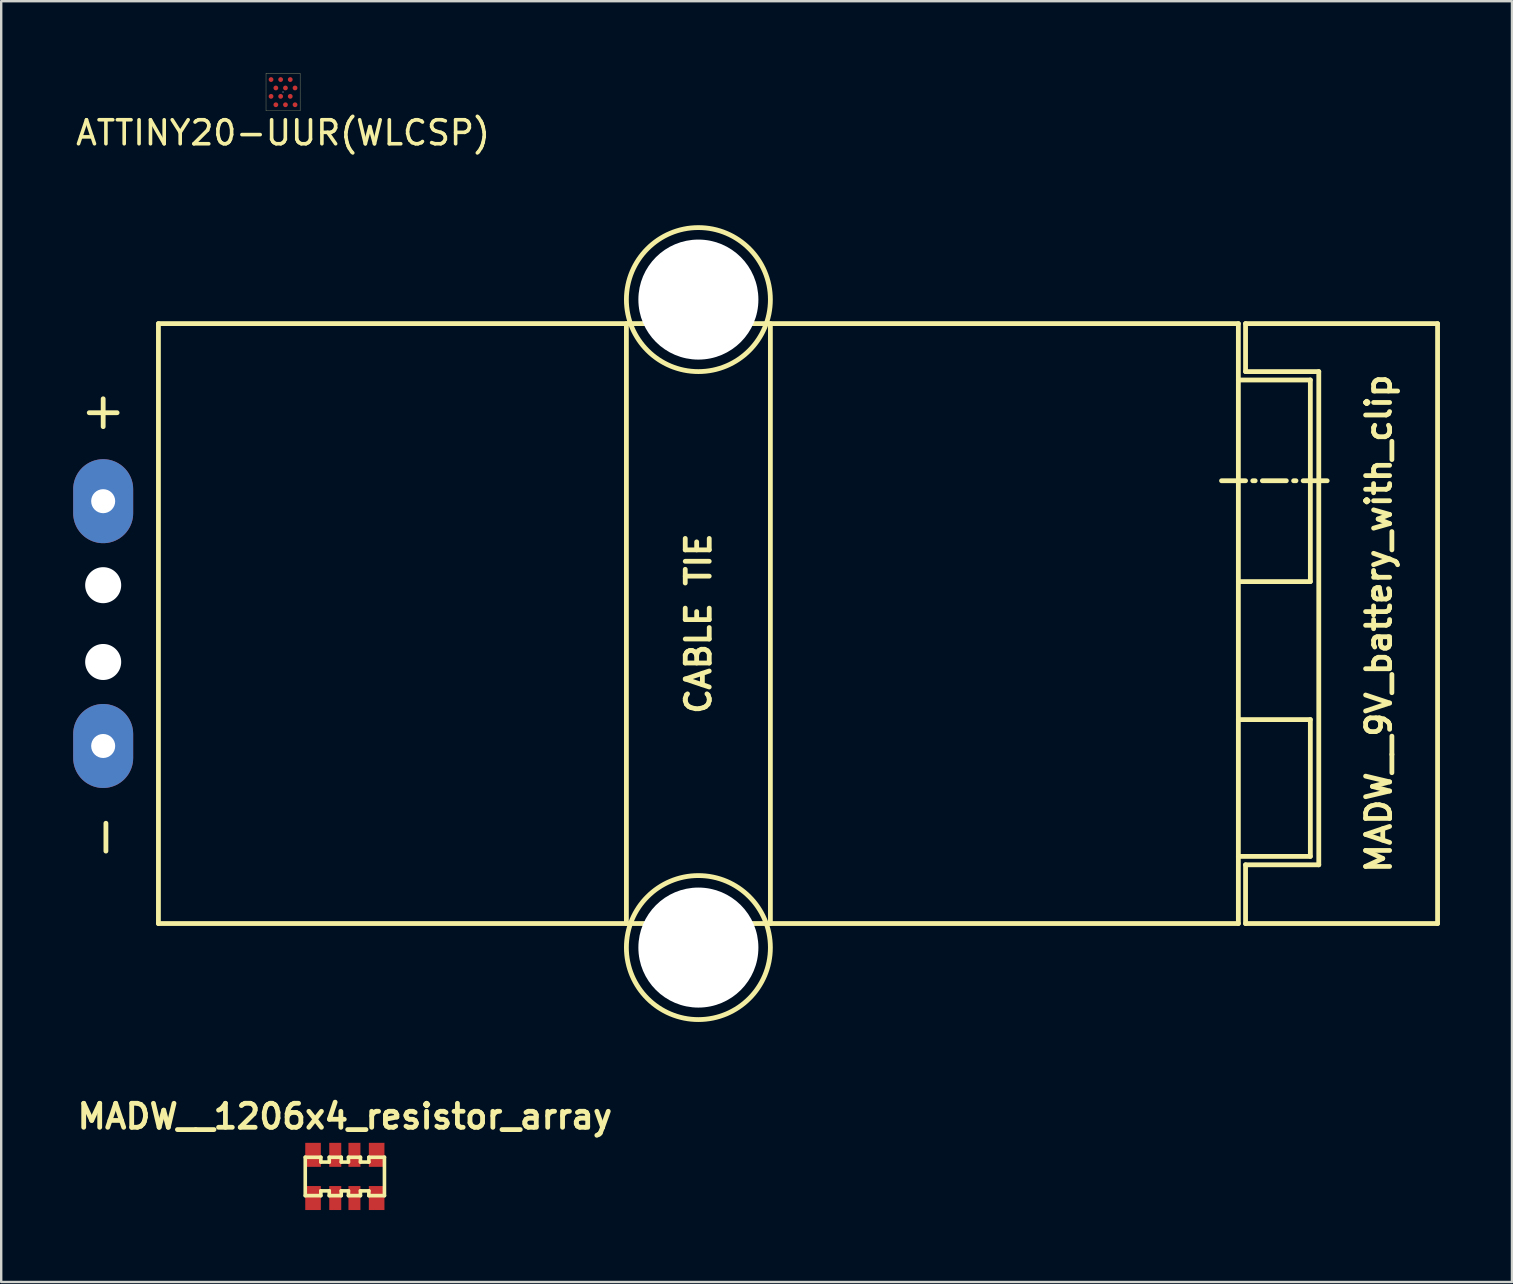
<source format=kicad_pcb>
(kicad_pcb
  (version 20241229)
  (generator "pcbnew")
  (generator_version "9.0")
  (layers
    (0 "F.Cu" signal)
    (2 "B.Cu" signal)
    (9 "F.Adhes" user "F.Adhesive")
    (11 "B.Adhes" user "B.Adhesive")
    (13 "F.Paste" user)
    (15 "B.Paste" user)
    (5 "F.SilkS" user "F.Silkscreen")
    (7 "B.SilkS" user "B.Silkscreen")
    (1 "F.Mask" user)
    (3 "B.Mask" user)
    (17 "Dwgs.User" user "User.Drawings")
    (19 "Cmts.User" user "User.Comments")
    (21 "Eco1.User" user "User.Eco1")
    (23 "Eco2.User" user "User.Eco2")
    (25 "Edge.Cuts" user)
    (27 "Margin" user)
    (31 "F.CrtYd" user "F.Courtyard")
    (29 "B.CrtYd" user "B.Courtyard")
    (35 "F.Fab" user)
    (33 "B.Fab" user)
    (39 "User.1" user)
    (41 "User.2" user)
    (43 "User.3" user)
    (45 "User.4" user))
  (footprint "MADW__9V_battery_with_clip"
    (layer "F.Cu")
    (at 26.05 22.933)
    (property "Reference" "MADW__9V_battery_with_clip" (at 28.349 0 90) (layer "F.SilkS") (effects (font (size 1 1) (thickness 0.2))))
    (attr through_hole)
    (fp_line (start -22.499 -12.499) (end 22.499 -12.499) (stroke (width 0.2) (type solid)) (layer "F.SilkS"))
    (fp_line (start -22.499 12.499) (end -22.499 -12.499) (stroke (width 0.2) (type solid)) (layer "F.SilkS"))
    (fp_line (start -3 -12.499) (end -3 12.499) (stroke (width 0.2) (type solid)) (layer "F.SilkS"))
    (fp_line (start 3 -12.499) (end 3 12.499) (stroke (width 0.2) (type solid)) (layer "F.SilkS"))
    (fp_line (start 21.798 -5.951) (end 22.799 -5.951) (stroke (width 0.2) (type solid)) (layer "F.SilkS"))
    (fp_line (start 22.499 -12.499) (end 22.499 12.499) (stroke (width 0.2) (type solid)) (layer "F.SilkS"))
    (fp_line (start 22.499 -10.15) (end 25.499 -10.15) (stroke (width 0.2) (type solid)) (layer "F.SilkS"))
    (fp_line (start 22.499 4) (end 25.499 4) (stroke (width 0.2) (type solid)) (layer "F.SilkS"))
    (fp_line (start 22.499 12.499) (end -22.499 12.499) (stroke (width 0.2) (type solid)) (layer "F.SilkS"))
    (fp_line (start 22.799 -12.499) (end 22.799 -10.5) (stroke (width 0.2) (type solid)) (layer "F.SilkS"))
    (fp_line (start 22.799 -12.499) (end 30.8 -12.499) (stroke (width 0.2) (type solid)) (layer "F.SilkS"))
    (fp_line (start 22.799 -10.5) (end 25.85 -10.5) (stroke (width 0.2) (type solid)) (layer "F.SilkS"))
    (fp_line (start 22.799 10.051) (end 22.799 12.499) (stroke (width 0.2) (type solid)) (layer "F.SilkS"))
    (fp_line (start 23.099 -5.951) (end 23.2 -5.951) (stroke (width 0.2) (type solid)) (layer "F.SilkS"))
    (fp_line (start 23.5 -5.951) (end 24.498 -5.951) (stroke (width 0.2) (type solid)) (layer "F.SilkS"))
    (fp_line (start 24.801 -5.951) (end 24.9 -5.951) (stroke (width 0.2) (type solid)) (layer "F.SilkS"))
    (fp_line (start 25.199 -5.951) (end 26.2 -5.951) (stroke (width 0.2) (type solid)) (layer "F.SilkS"))
    (fp_line (start 25.499 -10.15) (end 25.499 -1.75) (stroke (width 0.2) (type solid)) (layer "F.SilkS"))
    (fp_line (start 25.499 -1.75) (end 22.499 -1.75) (stroke (width 0.2) (type solid)) (layer "F.SilkS"))
    (fp_line (start 25.499 4) (end 25.499 9.7) (stroke (width 0.2) (type solid)) (layer "F.SilkS"))
    (fp_line (start 25.499 9.7) (end 22.499 9.7) (stroke (width 0.2) (type solid)) (layer "F.SilkS"))
    (fp_line (start 25.85 10.051) (end 22.799 10.051) (stroke (width 0.2) (type solid)) (layer "F.SilkS"))
    (fp_line (start 25.85 10.051) (end 25.85 -10.5) (stroke (width 0.2) (type solid)) (layer "F.SilkS"))
    (fp_line (start 30.8 -12.499) (end 30.8 12.499) (stroke (width 0.2) (type solid)) (layer "F.SilkS"))
    (fp_line (start 30.8 12.499) (end 22.799 12.499) (stroke (width 0.2) (type solid)) (layer "F.SilkS"))
    (fp_circle (center 0 -13.5) (end 3 -13.5) (stroke (width 0.2) (type solid)) (fill no) (layer "F.SilkS"))
    (fp_circle (center 0 13.5) (end 3 13.5) (stroke (width 0.2) (type solid)) (fill no) (layer "F.SilkS"))
    (fp_text user "CABLE TIE" (at 0 0 90) (layer "F.SilkS") (effects (font (size 1 1) (thickness 0.2))))
    (fp_text user "+" (at -24.801 -8.9 0) (layer "F.SilkS") (effects (font (size 1.524 1.524) (thickness 0.2))))
    (fp_text user "-" (at -24.801 8.9 90) (layer "F.SilkS") (effects (font (size 1.524 1.524) (thickness 0.2))))
    (pad "" np_thru_hole circle (at -24.801 -1.6) (size 1.501 1.501) (drill 1.501) (layers "*.Cu" "*.Mask"))
    (pad "" np_thru_hole circle (at -24.801 1.6) (size 1.501 1.501) (drill 1.501) (layers "*.Cu" "*.Mask"))
    (pad "" np_thru_hole circle (at 0 -13.5) (size 5.001 5.001) (drill 5.001) (layers "*.Cu" "*.Mask"))
    (pad "" np_thru_hole circle (at 0 13.5) (size 5.001 5.001) (drill 5.001) (layers "*.Cu" "*.Mask"))
    (pad "1" thru_hole oval (at -24.801 -5.1) (size 2.499 3.5) (drill 1.001) (layers "*.Cu" "*.Mask"))
    (pad "2" thru_hole oval (at -24.801 5.1) (size 2.499 3.5) (drill 1.001) (layers "*.Cu" "*.Mask")))
  (footprint "ATTINY20-UUR(WLCSP)"
    (layer "F.Cu")
    (at 8.744 0.785)
    (property "Reference" "ATTINY20-UUR(WLCSP)" (at 0 1.7 0) (layer "F.SilkS") (effects (font (size 1 1) (thickness 0.15))))
    (attr through_hole)
    (fp_line (start -0.71 -0.78) (end 0.71 -0.78) (stroke (width 0.01) (type solid)) (layer "F.SilkS"))
    (fp_line (start -0.71 0.78) (end -0.71 -0.78) (stroke (width 0.01) (type solid)) (layer "F.SilkS"))
    (fp_line (start -0.71 0.78) (end 0.71 0.78) (stroke (width 0.01) (type solid)) (layer "F.SilkS"))
    (fp_line (start 0.71 0.78) (end 0.71 -0.78) (stroke (width 0.01) (type solid)) (layer "F.SilkS"))
    (fp_circle (center 0 0) (end 0.02 0.02) (stroke (width 0.01) (type solid)) (fill no) (layer "Dwgs.User"))
    (pad "A1" smd circle (at -0.5 -0.52) (size 0.2 0.2) (layers "F.Cu" "F.Mask" "F.Paste"))
    (pad "A3" smd circle (at -0.1 -0.52) (size 0.2 0.2) (layers "F.Cu" "F.Mask" "F.Paste"))
    (pad "A5" smd circle (at 0.3 -0.52) (size 0.2 0.2) (layers "F.Cu" "F.Mask" "F.Paste"))
    (pad "B2" smd circle (at -0.3 -0.17) (size 0.2 0.2) (layers "F.Cu" "F.Mask" "F.Paste"))
    (pad "B4" smd circle (at 0.1 -0.17) (size 0.2 0.2) (layers "F.Cu" "F.Mask" "F.Paste"))
    (pad "B6" smd circle (at 0.5 -0.17) (size 0.2 0.2) (layers "F.Cu" "F.Mask" "F.Paste"))
    (pad "C1" smd circle (at -0.5 0.18) (size 0.2 0.2) (layers "F.Cu" "F.Mask" "F.Paste"))
    (pad "C3" smd circle (at -0.1 0.18) (size 0.2 0.2) (layers "F.Cu" "F.Mask" "F.Paste"))
    (pad "C5" smd circle (at 0.3 0.18) (size 0.2 0.2) (layers "F.Cu" "F.Mask" "F.Paste"))
    (pad "D2" smd circle (at -0.3 0.53) (size 0.2 0.2) (layers "F.Cu" "F.Mask" "F.Paste"))
    (pad "D4" smd circle (at 0.1 0.53) (size 0.2 0.2) (layers "F.Cu" "F.Mask" "F.Paste"))
    (pad "D6" smd circle (at 0.5 0.53) (size 0.2 0.2) (layers "F.Cu" "F.Mask" "F.Paste")))
  (footprint "MADW__1206x4_resistor_array"
    (layer "F.Cu")
    (at 11.319 45.969)
    (property "Reference" "MADW__1206x4_resistor_array" (at 0 -2.5 0) (layer "F.SilkS") (effects (font (size 1 1) (thickness 0.2))))
    (attr through_hole)
    (fp_line (start -1.65 -0.8) (end -1 -0.8) (stroke (width 0.15) (type solid)) (layer "F.SilkS"))
    (fp_line (start -1.65 0.8) (end -1.65 -0.8) (stroke (width 0.15) (type solid)) (layer "F.SilkS"))
    (fp_line (start -1.65 0.8) (end -1 0.8) (stroke (width 0.15) (type solid)) (layer "F.SilkS"))
    (fp_line (start -1 -0.8) (end -1 -0.6) (stroke (width 0.15) (type solid)) (layer "F.SilkS"))
    (fp_line (start -1 -0.6) (end -0.65 -0.6) (stroke (width 0.15) (type solid)) (layer "F.SilkS"))
    (fp_line (start -1 0.6) (end -0.65 0.6) (stroke (width 0.15) (type solid)) (layer "F.SilkS"))
    (fp_line (start -1 0.8) (end -1 0.6) (stroke (width 0.15) (type solid)) (layer "F.SilkS"))
    (fp_line (start -0.65 -0.8) (end -0.15 -0.8) (stroke (width 0.15) (type solid)) (layer "F.SilkS"))
    (fp_line (start -0.65 -0.6) (end -0.65 -0.8) (stroke (width 0.15) (type solid)) (layer "F.SilkS"))
    (fp_line (start -0.65 0.6) (end -0.65 0.8) (stroke (width 0.15) (type solid)) (layer "F.SilkS"))
    (fp_line (start -0.65 0.8) (end -0.15 0.8) (stroke (width 0.15) (type solid)) (layer "F.SilkS"))
    (fp_line (start -0.15 -0.8) (end -0.15 -0.6) (stroke (width 0.15) (type solid)) (layer "F.SilkS"))
    (fp_line (start -0.15 -0.6) (end 0.15 -0.6) (stroke (width 0.15) (type solid)) (layer "F.SilkS"))
    (fp_line (start -0.15 0.6) (end 0.15 0.6) (stroke (width 0.15) (type solid)) (layer "F.SilkS"))
    (fp_line (start -0.15 0.8) (end -0.15 0.6) (stroke (width 0.15) (type solid)) (layer "F.SilkS"))
    (fp_line (start 0.15 -0.8) (end 0.65 -0.8) (stroke (width 0.15) (type solid)) (layer "F.SilkS"))
    (fp_line (start 0.15 -0.6) (end 0.15 -0.8) (stroke (width 0.15) (type solid)) (layer "F.SilkS"))
    (fp_line (start 0.15 0.6) (end 0.15 0.8) (stroke (width 0.15) (type solid)) (layer "F.SilkS"))
    (fp_line (start 0.15 0.8) (end 0.65 0.8) (stroke (width 0.15) (type solid)) (layer "F.SilkS"))
    (fp_line (start 0.65 -0.8) (end 0.65 -0.6) (stroke (width 0.15) (type solid)) (layer "F.SilkS"))
    (fp_line (start 0.65 -0.6) (end 1 -0.6) (stroke (width 0.15) (type solid)) (layer "F.SilkS"))
    (fp_line (start 0.65 0.6) (end 1 0.6) (stroke (width 0.15) (type solid)) (layer "F.SilkS"))
    (fp_line (start 0.65 0.8) (end 0.65 0.6) (stroke (width 0.15) (type solid)) (layer "F.SilkS"))
    (fp_line (start 1 -0.8) (end 1.65 -0.8) (stroke (width 0.15) (type solid)) (layer "F.SilkS"))
    (fp_line (start 1 -0.6) (end 1 -0.8) (stroke (width 0.15) (type solid)) (layer "F.SilkS"))
    (fp_line (start 1 0.6) (end 1 0.8) (stroke (width 0.15) (type solid)) (layer "F.SilkS"))
    (fp_line (start 1 0.8) (end 1.65 0.8) (stroke (width 0.15) (type solid)) (layer "F.SilkS"))
    (fp_line (start 1.65 -0.8) (end 1.65 0.8) (stroke (width 0.15) (type solid)) (layer "F.SilkS"))
    (pad "1" smd rect (at -1.325 0.9) (size 0.65 1) (layers "F.Cu" "F.Mask" "F.Paste"))
    (pad "2" smd rect (at -0.4 0.9) (size 0.5 1) (layers "F.Cu" "F.Mask" "F.Paste"))
    (pad "3" smd rect (at 0.4 0.9) (size 0.5 1) (layers "F.Cu" "F.Mask" "F.Paste"))
    (pad "4" smd rect (at 1.325 0.9) (size 0.65 1) (layers "F.Cu" "F.Mask" "F.Paste"))
    (pad "5" smd rect (at 1.325 -0.9) (size 0.65 1) (layers "F.Cu" "F.Mask" "F.Paste"))
    (pad "6" smd rect (at 0.4 -0.9) (size 0.5 1) (layers "F.Cu" "F.Mask" "F.Paste"))
    (pad "7" smd rect (at -0.4 -0.9) (size 0.5 1) (layers "F.Cu" "F.Mask" "F.Paste"))
    (pad "8" smd rect (at -1.325 -0.9) (size 0.65 1) (layers "F.Cu" "F.Mask" "F.Paste")))
  (gr_rect
    (start -3 -3)
    (end 59.95 50.369)
    (stroke (width 0.1) (type default))
    (fill no)
    (layer "Edge.Cuts")))
</source>
